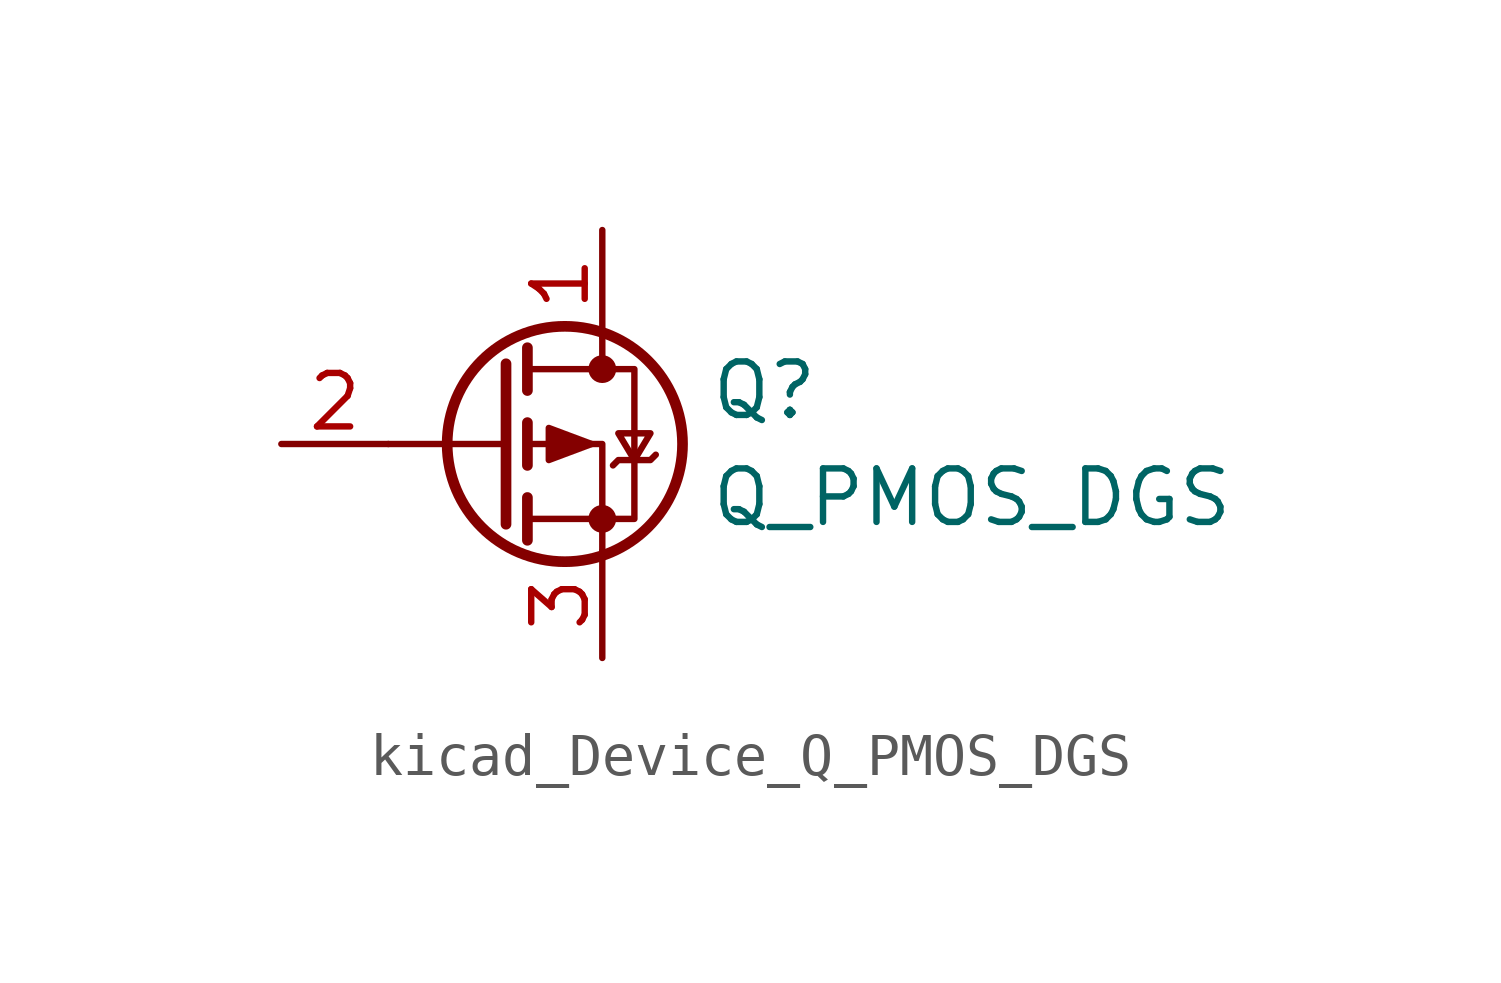
<source format=kicad_sym>
(kicad_symbol_lib
  (version 20220914)
  (generator kicad_symbol_editor)
  (symbol "kicad_Device_Q_PMOS_DGS"
    (pin_names
      (offset 0) hide)
    (property "Reference" "Q"
      (at 5.08 1.27 0)
      (effects (font (size 1.27 1.27)) (justify left)))
    (property "Value" "Q_PMOS_DGS"
      (at 5.08 -1.27 0)
      (effects (font (size 1.27 1.27)) (justify left)))
    (symbol "kicad_Device_Q_PMOS_DGS_0_1"
      (polyline (pts (xy 0.254 0) (xy -2.54 0)) (stroke (width 0) (type default)) (fill (type none)))
      (polyline (pts (xy 0.254 1.905) (xy 0.254 -1.905)) (stroke (width 0.254) (type default)) (fill (type none)))
      (polyline (pts (xy 0.762 -1.27) (xy 0.762 -2.286)) (stroke (width 0.254) (type default)) (fill (type none)))
      (polyline (pts (xy 0.762 0.508) (xy 0.762 -0.508)) (stroke (width 0.254) (type default)) (fill (type none)))
      (polyline (pts (xy 0.762 2.286) (xy 0.762 1.27)) (stroke (width 0.254) (type default)) (fill (type none)))
      (polyline (pts (xy 2.54 2.54) (xy 2.54 1.778)) (stroke (width 0) (type default)) (fill (type none)))
      (polyline (pts (xy 2.54 -2.54) (xy 2.54 0) (xy 0.762 0)) (stroke (width 0) (type default)) (fill (type none)))
      (polyline (pts (xy 0.762 1.778) (xy 3.302 1.778) (xy 3.302 -1.778) (xy 0.762 -1.778)) (stroke (width 0) (type default)) (fill (type none)))
      (polyline (pts (xy 2.286 0) (xy 1.27 0.381) (xy 1.27 -0.381) (xy 2.286 0)) (stroke (width 0) (type default)) (fill (type outline)))
      (polyline (pts (xy 2.794 -0.508) (xy 2.921 -0.381) (xy 3.683 -0.381) (xy 3.81 -0.254)) (stroke (width 0) (type default)) (fill (type none)))
      (polyline (pts (xy 3.302 -0.381) (xy 2.921 0.254) (xy 3.683 0.254) (xy 3.302 -0.381)) (stroke (width 0) (type default)) (fill (type none)))
      (circle (center 1.651 0) (radius 2.794) (stroke (width 0.254) (type default)) (fill (type none)))
      (circle (center 2.54 -1.778) (radius 0.254) (stroke (width 0) (type default)) (fill (type outline)))
      (circle (center 2.54 1.778) (radius 0.254) (stroke (width 0) (type default)) (fill (type outline))))
    (symbol "kicad_Device_Q_PMOS_DGS_1_1"
      (pin passive line (at 2.54 5.08 270) (length 2.54) (name "D" (effects (font (size 1.27 1.27)))) (number "1" (effects (font (size 1.27 1.27)))))
      (pin input line (at -5.08 0 0) (length 2.54) (name "G" (effects (font (size 1.27 1.27)))) (number "2" (effects (font (size 1.27 1.27)))))
      (pin passive line (at 2.54 -5.08 90) (length 2.54) (name "S" (effects (font (size 1.27 1.27)))) (number "3" (effects (font (size 1.27 1.27))))))))
</source>
